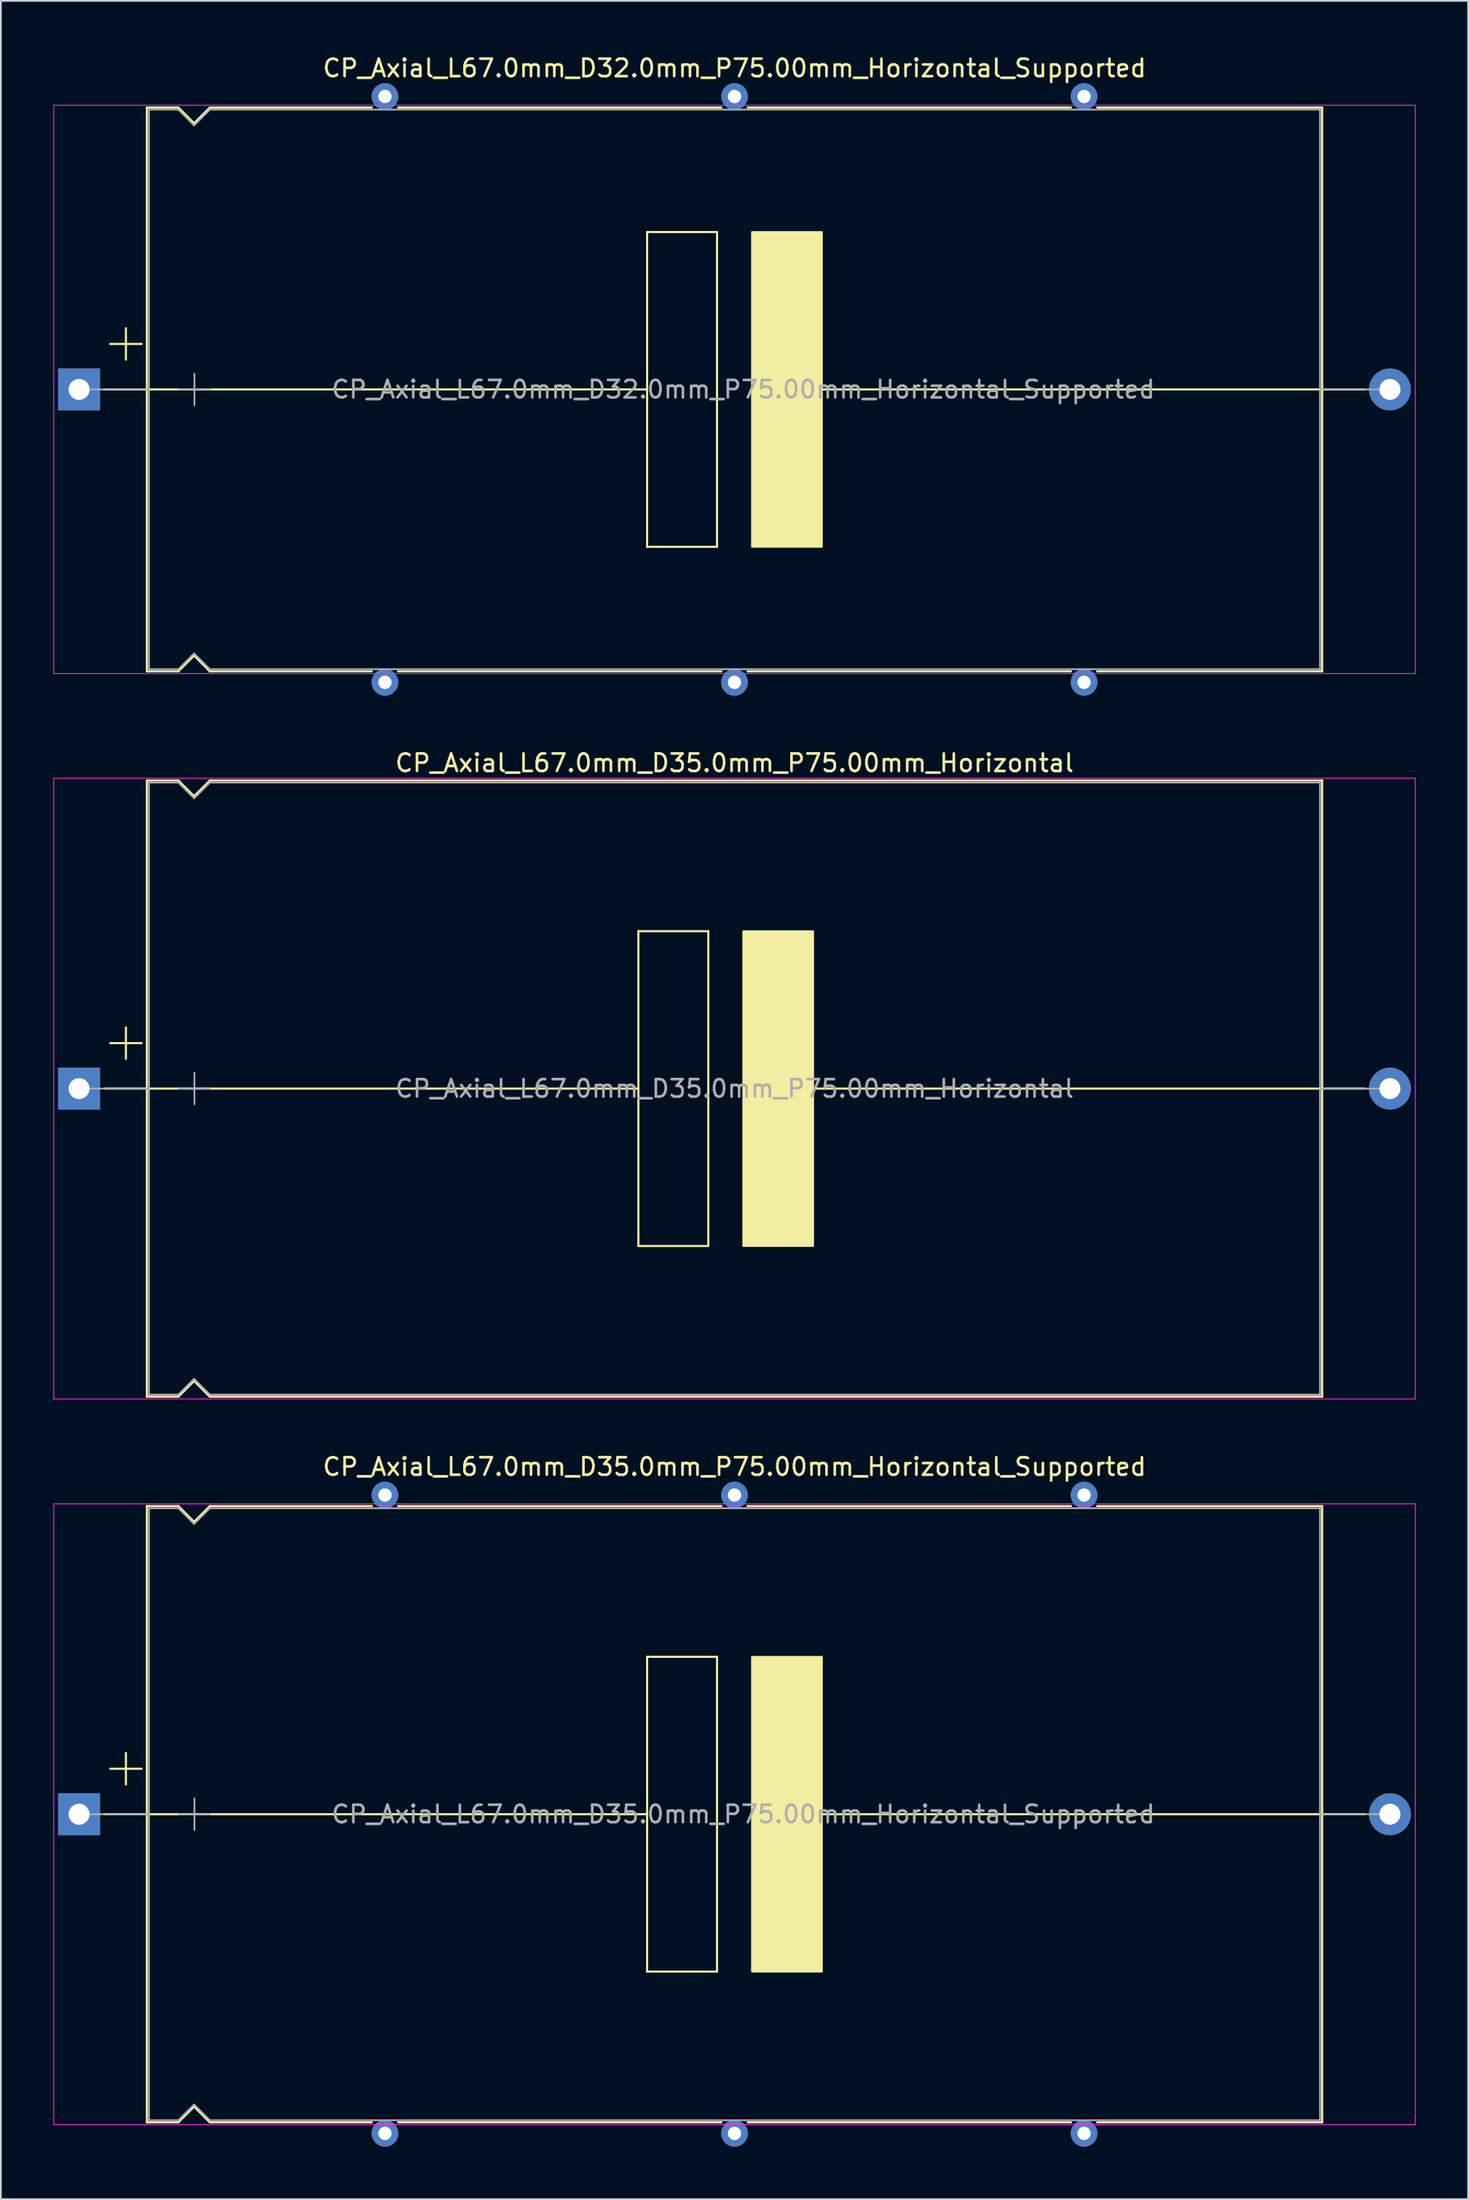
<source format=kicad_pcb>
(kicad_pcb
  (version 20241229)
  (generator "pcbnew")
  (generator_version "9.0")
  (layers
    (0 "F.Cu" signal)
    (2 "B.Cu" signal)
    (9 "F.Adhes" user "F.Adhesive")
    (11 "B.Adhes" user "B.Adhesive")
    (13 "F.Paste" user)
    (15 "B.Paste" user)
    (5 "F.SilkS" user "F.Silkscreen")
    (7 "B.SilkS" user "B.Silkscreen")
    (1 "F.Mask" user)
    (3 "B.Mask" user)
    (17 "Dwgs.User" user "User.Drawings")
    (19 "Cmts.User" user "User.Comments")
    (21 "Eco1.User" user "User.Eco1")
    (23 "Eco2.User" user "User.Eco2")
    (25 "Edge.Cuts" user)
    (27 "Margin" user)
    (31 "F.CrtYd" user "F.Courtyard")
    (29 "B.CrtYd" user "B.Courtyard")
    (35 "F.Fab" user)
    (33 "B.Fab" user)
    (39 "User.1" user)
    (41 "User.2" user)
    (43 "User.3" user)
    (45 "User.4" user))
  (footprint "CP_Axial_L67.0mm_D35.0mm_P75.00mm_Horizontal_Supported"
    (layer "F.Cu")
    (at 1.475 100.692)
    (property "Reference" "CP_Axial_L67.0mm_D35.0mm_P75.00mm_Horizontal_Supported" (at 37.5 -19.87 0) (layer "F.SilkS") (effects (font (size 1 1) (thickness 0.15))))
    (attr through_hole)
    (fp_line (start 1.44 0) (end 3.88 0) (stroke (width 0.12) (type solid)) (layer "F.SilkS"))
    (fp_line (start 1.78 -2.6) (end 3.58 -2.6) (stroke (width 0.12) (type solid)) (layer "F.SilkS"))
    (fp_line (start 2.68 -3.5) (end 2.68 -1.7) (stroke (width 0.12) (type solid)) (layer "F.SilkS"))
    (fp_line (start 3.88 -17.62) (end 3.88 17.62) (stroke (width 0.12) (type solid)) (layer "F.SilkS"))
    (fp_line (start 3.88 -17.62) (end 5.68 -17.62) (stroke (width 0.12) (type solid)) (layer "F.SilkS"))
    (fp_line (start 3.88 0) (end 32.5 0) (stroke (width 0.12) (type solid)) (layer "F.SilkS"))
    (fp_line (start 3.88 17.62) (end 5.68 17.62) (stroke (width 0.12) (type solid)) (layer "F.SilkS"))
    (fp_line (start 5.68 -17.62) (end 6.58 -16.72) (stroke (width 0.12) (type solid)) (layer "F.SilkS"))
    (fp_line (start 5.68 17.62) (end 6.58 16.72) (stroke (width 0.12) (type solid)) (layer "F.SilkS"))
    (fp_line (start 6.58 -16.72) (end 7.48 -17.62) (stroke (width 0.12) (type solid)) (layer "F.SilkS"))
    (fp_line (start 6.58 16.72) (end 7.48 17.62) (stroke (width 0.12) (type solid)) (layer "F.SilkS"))
    (fp_line (start 7.48 -17.62) (end 16.75 -17.62) (stroke (width 0.12) (type solid)) (layer "F.SilkS"))
    (fp_line (start 7.48 17.62) (end 16.75 17.62) (stroke (width 0.12) (type solid)) (layer "F.SilkS"))
    (fp_line (start 18.25 -17.62) (end 36.75 -17.62) (stroke (width 0.12) (type solid)) (layer "F.SilkS"))
    (fp_line (start 18.25 17.62) (end 36.75 17.62) (stroke (width 0.12) (type solid)) (layer "F.SilkS"))
    (fp_line (start 32.5 -9) (end 36.5 -9) (stroke (width 0.12) (type solid)) (layer "F.SilkS"))
    (fp_line (start 32.5 9) (end 32.5 -9) (stroke (width 0.12) (type solid)) (layer "F.SilkS"))
    (fp_line (start 36.5 -9) (end 36.5 9) (stroke (width 0.12) (type solid)) (layer "F.SilkS"))
    (fp_line (start 36.5 9) (end 32.5 9) (stroke (width 0.12) (type solid)) (layer "F.SilkS"))
    (fp_line (start 38.25 -17.62) (end 56.75 -17.62) (stroke (width 0.12) (type solid)) (layer "F.SilkS"))
    (fp_line (start 38.25 17.62) (end 56.75 17.62) (stroke (width 0.12) (type solid)) (layer "F.SilkS"))
    (fp_line (start 42 0) (end 71.12 0) (stroke (width 0.12) (type solid)) (layer "F.SilkS"))
    (fp_line (start 58.25 -17.62) (end 71.12 -17.62) (stroke (width 0.12) (type solid)) (layer "F.SilkS"))
    (fp_line (start 58.25 17.62) (end 71.12 17.62) (stroke (width 0.12) (type solid)) (layer "F.SilkS"))
    (fp_line (start 71.12 -17.62) (end 71.12 17.62) (stroke (width 0.12) (type solid)) (layer "F.SilkS"))
    (fp_line (start 73.56 0) (end 71.12 0) (stroke (width 0.12) (type solid)) (layer "F.SilkS"))
    (fp_poly (pts (xy 42.5 9) (xy 38.5 9) (xy 38.5 -9) (xy 42.5 -9)) (stroke (width 0.1) (type solid)) (fill yes) (layer "F.SilkS"))
    (fp_line (start -1.45 -17.75) (end -1.45 17.75) (stroke (width 0.05) (type solid)) (layer "F.CrtYd"))
    (fp_line (start -1.45 17.75) (end 76.45 17.75) (stroke (width 0.05) (type solid)) (layer "F.CrtYd"))
    (fp_line (start 76.45 -17.75) (end -1.45 -17.75) (stroke (width 0.05) (type solid)) (layer "F.CrtYd"))
    (fp_line (start 76.45 17.75) (end 76.45 -17.75) (stroke (width 0.05) (type solid)) (layer "F.CrtYd"))
    (fp_line (start 0 0) (end 4 0) (stroke (width 0.1) (type solid)) (layer "F.Fab"))
    (fp_line (start 4 -17.5) (end 4 17.5) (stroke (width 0.1) (type solid)) (layer "F.Fab"))
    (fp_line (start 4 -17.5) (end 5.68 -17.5) (stroke (width 0.1) (type solid)) (layer "F.Fab"))
    (fp_line (start 4 17.5) (end 5.68 17.5) (stroke (width 0.1) (type solid)) (layer "F.Fab"))
    (fp_line (start 5.68 -17.5) (end 6.58 -16.6) (stroke (width 0.1) (type solid)) (layer "F.Fab"))
    (fp_line (start 5.68 17.5) (end 6.58 16.6) (stroke (width 0.1) (type solid)) (layer "F.Fab"))
    (fp_line (start 5.7 0) (end 7.5 0) (stroke (width 0.1) (type solid)) (layer "F.Fab"))
    (fp_line (start 6.58 -16.6) (end 7.48 -17.5) (stroke (width 0.1) (type solid)) (layer "F.Fab"))
    (fp_line (start 6.58 16.6) (end 7.48 17.5) (stroke (width 0.1) (type solid)) (layer "F.Fab"))
    (fp_line (start 6.6 -0.9) (end 6.6 0.9) (stroke (width 0.1) (type solid)) (layer "F.Fab"))
    (fp_line (start 7.48 -17.5) (end 71 -17.5) (stroke (width 0.1) (type solid)) (layer "F.Fab"))
    (fp_line (start 7.48 17.5) (end 71 17.5) (stroke (width 0.1) (type solid)) (layer "F.Fab"))
    (fp_line (start 71 -17.5) (end 71 17.5) (stroke (width 0.1) (type solid)) (layer "F.Fab"))
    (fp_line (start 75 0) (end 71 0) (stroke (width 0.1) (type solid)) (layer "F.Fab"))
    (fp_text user "${REFERENCE}" (at 38 0 0) (layer "F.Fab") (effects (font (size 1 1) (thickness 0.15))))
    (pad "" thru_hole circle (at 17.5 -18.25) (size 1.524 1.524) (drill 0.762) (layers "*.Cu" "*.Mask"))
    (pad "" thru_hole circle (at 17.5 18.25) (size 1.524 1.524) (drill 0.762) (layers "*.Cu" "*.Mask"))
    (pad "" thru_hole circle (at 37.5 -18.25) (size 1.524 1.524) (drill 0.762) (layers "*.Cu" "*.Mask"))
    (pad "" thru_hole circle (at 37.5 18.25) (size 1.524 1.524) (drill 0.762) (layers "*.Cu" "*.Mask"))
    (pad "" thru_hole circle (at 57.5 -18.25) (size 1.524 1.524) (drill 0.762) (layers "*.Cu" "*.Mask"))
    (pad "" thru_hole circle (at 57.5 18.25) (size 1.524 1.524) (drill 0.762) (layers "*.Cu" "*.Mask"))
    (pad "1" thru_hole rect (at 0 0) (size 2.4 2.4) (drill 1.2) (layers "*.Cu" "*.Mask"))
    (pad "2" thru_hole oval (at 75 0) (size 2.4 2.4) (drill 1.2) (layers "*.Cu" "*.Mask")))
  (footprint "CP_Axial_L67.0mm_D32.0mm_P75.00mm_Horizontal_Supported"
    (layer "F.Cu")
    (at 1.475 19.218)
    (property "Reference" "CP_Axial_L67.0mm_D32.0mm_P75.00mm_Horizontal_Supported" (at 37.5 -18.37 0) (layer "F.SilkS") (effects (font (size 1 1) (thickness 0.15))))
    (attr through_hole)
    (fp_line (start 1.44 0) (end 3.88 0) (stroke (width 0.12) (type solid)) (layer "F.SilkS"))
    (fp_line (start 1.78 -2.6) (end 3.58 -2.6) (stroke (width 0.12) (type solid)) (layer "F.SilkS"))
    (fp_line (start 2.68 -3.5) (end 2.68 -1.7) (stroke (width 0.12) (type solid)) (layer "F.SilkS"))
    (fp_line (start 3.88 -16.12) (end 3.88 16.12) (stroke (width 0.12) (type solid)) (layer "F.SilkS"))
    (fp_line (start 3.88 -16.12) (end 5.68 -16.12) (stroke (width 0.12) (type solid)) (layer "F.SilkS"))
    (fp_line (start 3.88 0) (end 32.5 0) (stroke (width 0.12) (type solid)) (layer "F.SilkS"))
    (fp_line (start 3.88 16.12) (end 5.68 16.12) (stroke (width 0.12) (type solid)) (layer "F.SilkS"))
    (fp_line (start 5.68 -16.12) (end 6.58 -15.22) (stroke (width 0.12) (type solid)) (layer "F.SilkS"))
    (fp_line (start 5.68 16.12) (end 6.58 15.22) (stroke (width 0.12) (type solid)) (layer "F.SilkS"))
    (fp_line (start 6.58 -15.22) (end 7.48 -16.12) (stroke (width 0.12) (type solid)) (layer "F.SilkS"))
    (fp_line (start 6.58 15.22) (end 7.48 16.12) (stroke (width 0.12) (type solid)) (layer "F.SilkS"))
    (fp_line (start 7.48 -16.12) (end 16.75 -16.12) (stroke (width 0.12) (type solid)) (layer "F.SilkS"))
    (fp_line (start 7.48 16.12) (end 16.75 16.12) (stroke (width 0.12) (type solid)) (layer "F.SilkS"))
    (fp_line (start 18.25 -16.12) (end 36.75 -16.12) (stroke (width 0.12) (type solid)) (layer "F.SilkS"))
    (fp_line (start 18.25 16.12) (end 36.75 16.12) (stroke (width 0.12) (type solid)) (layer "F.SilkS"))
    (fp_line (start 32.5 -9) (end 36.5 -9) (stroke (width 0.12) (type solid)) (layer "F.SilkS"))
    (fp_line (start 32.5 9) (end 32.5 -9) (stroke (width 0.12) (type solid)) (layer "F.SilkS"))
    (fp_line (start 36.5 -9) (end 36.5 9) (stroke (width 0.12) (type solid)) (layer "F.SilkS"))
    (fp_line (start 36.5 9) (end 32.5 9) (stroke (width 0.12) (type solid)) (layer "F.SilkS"))
    (fp_line (start 38.25 -16.12) (end 56.75 -16.12) (stroke (width 0.12) (type solid)) (layer "F.SilkS"))
    (fp_line (start 38.25 16.12) (end 56.75 16.12) (stroke (width 0.12) (type solid)) (layer "F.SilkS"))
    (fp_line (start 42 0) (end 71.12 0) (stroke (width 0.12) (type solid)) (layer "F.SilkS"))
    (fp_line (start 58.25 -16.12) (end 71.12 -16.12) (stroke (width 0.12) (type solid)) (layer "F.SilkS"))
    (fp_line (start 58.25 16.12) (end 71.12 16.12) (stroke (width 0.12) (type solid)) (layer "F.SilkS"))
    (fp_line (start 71.12 -16.12) (end 71.12 16.12) (stroke (width 0.12) (type solid)) (layer "F.SilkS"))
    (fp_line (start 73.56 0) (end 71.12 0) (stroke (width 0.12) (type solid)) (layer "F.SilkS"))
    (fp_poly (pts (xy 42.5 9) (xy 38.5 9) (xy 38.5 -9) (xy 42.5 -9)) (stroke (width 0.1) (type solid)) (fill yes) (layer "F.SilkS"))
    (fp_line (start -1.45 -16.25) (end -1.45 16.25) (stroke (width 0.05) (type solid)) (layer "F.CrtYd"))
    (fp_line (start -1.45 16.25) (end 76.45 16.25) (stroke (width 0.05) (type solid)) (layer "F.CrtYd"))
    (fp_line (start 76.45 -16.25) (end -1.45 -16.25) (stroke (width 0.05) (type solid)) (layer "F.CrtYd"))
    (fp_line (start 76.45 16.25) (end 76.45 -16.25) (stroke (width 0.05) (type solid)) (layer "F.CrtYd"))
    (fp_line (start 0 0) (end 4 0) (stroke (width 0.1) (type solid)) (layer "F.Fab"))
    (fp_line (start 4 -16) (end 4 16) (stroke (width 0.1) (type solid)) (layer "F.Fab"))
    (fp_line (start 4 -16) (end 5.68 -16) (stroke (width 0.1) (type solid)) (layer "F.Fab"))
    (fp_line (start 4 16) (end 5.68 16) (stroke (width 0.1) (type solid)) (layer "F.Fab"))
    (fp_line (start 5.68 -16) (end 6.58 -15.1) (stroke (width 0.1) (type solid)) (layer "F.Fab"))
    (fp_line (start 5.68 16) (end 6.58 15.1) (stroke (width 0.1) (type solid)) (layer "F.Fab"))
    (fp_line (start 5.7 0) (end 7.5 0) (stroke (width 0.1) (type solid)) (layer "F.Fab"))
    (fp_line (start 6.58 -15.1) (end 7.48 -16) (stroke (width 0.1) (type solid)) (layer "F.Fab"))
    (fp_line (start 6.58 15.1) (end 7.48 16) (stroke (width 0.1) (type solid)) (layer "F.Fab"))
    (fp_line (start 6.6 -0.9) (end 6.6 0.9) (stroke (width 0.1) (type solid)) (layer "F.Fab"))
    (fp_line (start 7.48 -16) (end 71 -16) (stroke (width 0.1) (type solid)) (layer "F.Fab"))
    (fp_line (start 7.48 16) (end 71 16) (stroke (width 0.1) (type solid)) (layer "F.Fab"))
    (fp_line (start 71 -16) (end 71 16) (stroke (width 0.1) (type solid)) (layer "F.Fab"))
    (fp_line (start 75 0) (end 71 0) (stroke (width 0.1) (type solid)) (layer "F.Fab"))
    (fp_text user "${REFERENCE}" (at 38 0 0) (layer "F.Fab") (effects (font (size 1 1) (thickness 0.15))))
    (pad "" thru_hole circle (at 17.5 -16.75) (size 1.524 1.524) (drill 0.762) (layers "*.Cu" "*.Mask"))
    (pad "" thru_hole circle (at 17.5 16.75) (size 1.524 1.524) (drill 0.762) (layers "*.Cu" "*.Mask"))
    (pad "" thru_hole circle (at 37.5 -16.75) (size 1.524 1.524) (drill 0.762) (layers "*.Cu" "*.Mask"))
    (pad "" thru_hole circle (at 37.5 16.75) (size 1.524 1.524) (drill 0.762) (layers "*.Cu" "*.Mask"))
    (pad "" thru_hole circle (at 57.5 -16.75) (size 1.524 1.524) (drill 0.762) (layers "*.Cu" "*.Mask"))
    (pad "" thru_hole circle (at 57.5 16.75) (size 1.524 1.524) (drill 0.762) (layers "*.Cu" "*.Mask"))
    (pad "1" thru_hole rect (at 0 0) (size 2.4 2.4) (drill 1.2) (layers "*.Cu" "*.Mask"))
    (pad "2" thru_hole oval (at 75 0) (size 2.4 2.4) (drill 1.2) (layers "*.Cu" "*.Mask")))
  (footprint "CP_Axial_L67.0mm_D35.0mm_P75.00mm_Horizontal"
    (layer "F.Cu")
    (at 1.475 59.199)
    (property "Reference" "CP_Axial_L67.0mm_D35.0mm_P75.00mm_Horizontal" (at 37.5 -18.62 0) (layer "F.SilkS") (effects (font (size 1 1) (thickness 0.15))))
    (attr through_hole)
    (fp_line (start 1.44 0) (end 3.88 0) (stroke (width 0.12) (type solid)) (layer "F.SilkS"))
    (fp_line (start 1.78 -2.6) (end 3.58 -2.6) (stroke (width 0.12) (type solid)) (layer "F.SilkS"))
    (fp_line (start 2.68 -3.5) (end 2.68 -1.7) (stroke (width 0.12) (type solid)) (layer "F.SilkS"))
    (fp_line (start 3.873 0) (end 32 0) (stroke (width 0.12) (type solid)) (layer "F.SilkS"))
    (fp_line (start 3.88 -17.62) (end 3.88 17.62) (stroke (width 0.12) (type solid)) (layer "F.SilkS"))
    (fp_line (start 3.88 -17.62) (end 5.68 -17.62) (stroke (width 0.12) (type solid)) (layer "F.SilkS"))
    (fp_line (start 3.88 17.62) (end 5.68 17.62) (stroke (width 0.12) (type solid)) (layer "F.SilkS"))
    (fp_line (start 5.68 -17.62) (end 6.58 -16.72) (stroke (width 0.12) (type solid)) (layer "F.SilkS"))
    (fp_line (start 5.68 17.62) (end 6.58 16.72) (stroke (width 0.12) (type solid)) (layer "F.SilkS"))
    (fp_line (start 6.58 -16.72) (end 7.48 -17.62) (stroke (width 0.12) (type solid)) (layer "F.SilkS"))
    (fp_line (start 6.58 16.72) (end 7.48 17.62) (stroke (width 0.12) (type solid)) (layer "F.SilkS"))
    (fp_line (start 7.48 -17.62) (end 71.12 -17.62) (stroke (width 0.12) (type solid)) (layer "F.SilkS"))
    (fp_line (start 7.48 17.62) (end 71.12 17.62) (stroke (width 0.12) (type solid)) (layer "F.SilkS"))
    (fp_line (start 32 -9) (end 36 -9) (stroke (width 0.12) (type solid)) (layer "F.SilkS"))
    (fp_line (start 32 9) (end 32 -9) (stroke (width 0.12) (type solid)) (layer "F.SilkS"))
    (fp_line (start 36 -9) (end 36 9) (stroke (width 0.12) (type solid)) (layer "F.SilkS"))
    (fp_line (start 36 9) (end 32 9) (stroke (width 0.12) (type solid)) (layer "F.SilkS"))
    (fp_line (start 42 0) (end 71.12 0) (stroke (width 0.12) (type solid)) (layer "F.SilkS"))
    (fp_line (start 71.12 -17.62) (end 71.12 17.62) (stroke (width 0.12) (type solid)) (layer "F.SilkS"))
    (fp_line (start 73.56 0) (end 71.12 0) (stroke (width 0.12) (type solid)) (layer "F.SilkS"))
    (fp_poly (pts (xy 42 9) (xy 38 9) (xy 38 -9) (xy 42 -9)) (stroke (width 0.1) (type solid)) (fill yes) (layer "F.SilkS"))
    (fp_line (start -1.45 -17.75) (end -1.45 17.75) (stroke (width 0.05) (type solid)) (layer "F.CrtYd"))
    (fp_line (start -1.45 17.75) (end 76.45 17.75) (stroke (width 0.05) (type solid)) (layer "F.CrtYd"))
    (fp_line (start 76.45 -17.75) (end -1.45 -17.75) (stroke (width 0.05) (type solid)) (layer "F.CrtYd"))
    (fp_line (start 76.45 17.75) (end 76.45 -17.75) (stroke (width 0.05) (type solid)) (layer "F.CrtYd"))
    (fp_line (start 0 0) (end 4 0) (stroke (width 0.1) (type solid)) (layer "F.Fab"))
    (fp_line (start 4 -17.5) (end 4 17.5) (stroke (width 0.1) (type solid)) (layer "F.Fab"))
    (fp_line (start 4 -17.5) (end 5.68 -17.5) (stroke (width 0.1) (type solid)) (layer "F.Fab"))
    (fp_line (start 4 17.5) (end 5.68 17.5) (stroke (width 0.1) (type solid)) (layer "F.Fab"))
    (fp_line (start 5.68 -17.5) (end 6.58 -16.6) (stroke (width 0.1) (type solid)) (layer "F.Fab"))
    (fp_line (start 5.68 17.5) (end 6.58 16.6) (stroke (width 0.1) (type solid)) (layer "F.Fab"))
    (fp_line (start 5.7 0) (end 7.5 0) (stroke (width 0.1) (type solid)) (layer "F.Fab"))
    (fp_line (start 6.58 -16.6) (end 7.48 -17.5) (stroke (width 0.1) (type solid)) (layer "F.Fab"))
    (fp_line (start 6.58 16.6) (end 7.48 17.5) (stroke (width 0.1) (type solid)) (layer "F.Fab"))
    (fp_line (start 6.6 -0.9) (end 6.6 0.9) (stroke (width 0.1) (type solid)) (layer "F.Fab"))
    (fp_line (start 7.48 -17.5) (end 71 -17.5) (stroke (width 0.1) (type solid)) (layer "F.Fab"))
    (fp_line (start 7.48 17.5) (end 71 17.5) (stroke (width 0.1) (type solid)) (layer "F.Fab"))
    (fp_line (start 71 -17.5) (end 71 17.5) (stroke (width 0.1) (type solid)) (layer "F.Fab"))
    (fp_line (start 75 0) (end 71 0) (stroke (width 0.1) (type solid)) (layer "F.Fab"))
    (fp_text user "${REFERENCE}" (at 37.5 0 0) (layer "F.Fab") (effects (font (size 1 1) (thickness 0.15))))
    (pad "1" thru_hole rect (at 0 0) (size 2.4 2.4) (drill 1.2) (layers "*.Cu" "*.Mask"))
    (pad "2" thru_hole oval (at 75 0) (size 2.4 2.4) (drill 1.2) (layers "*.Cu" "*.Mask")))
  (gr_rect
    (start -3 -3)
    (end 80.95 122.704)
    (stroke (width 0.1) (type default))
    (fill no)
    (layer "Edge.Cuts")))
</source>
